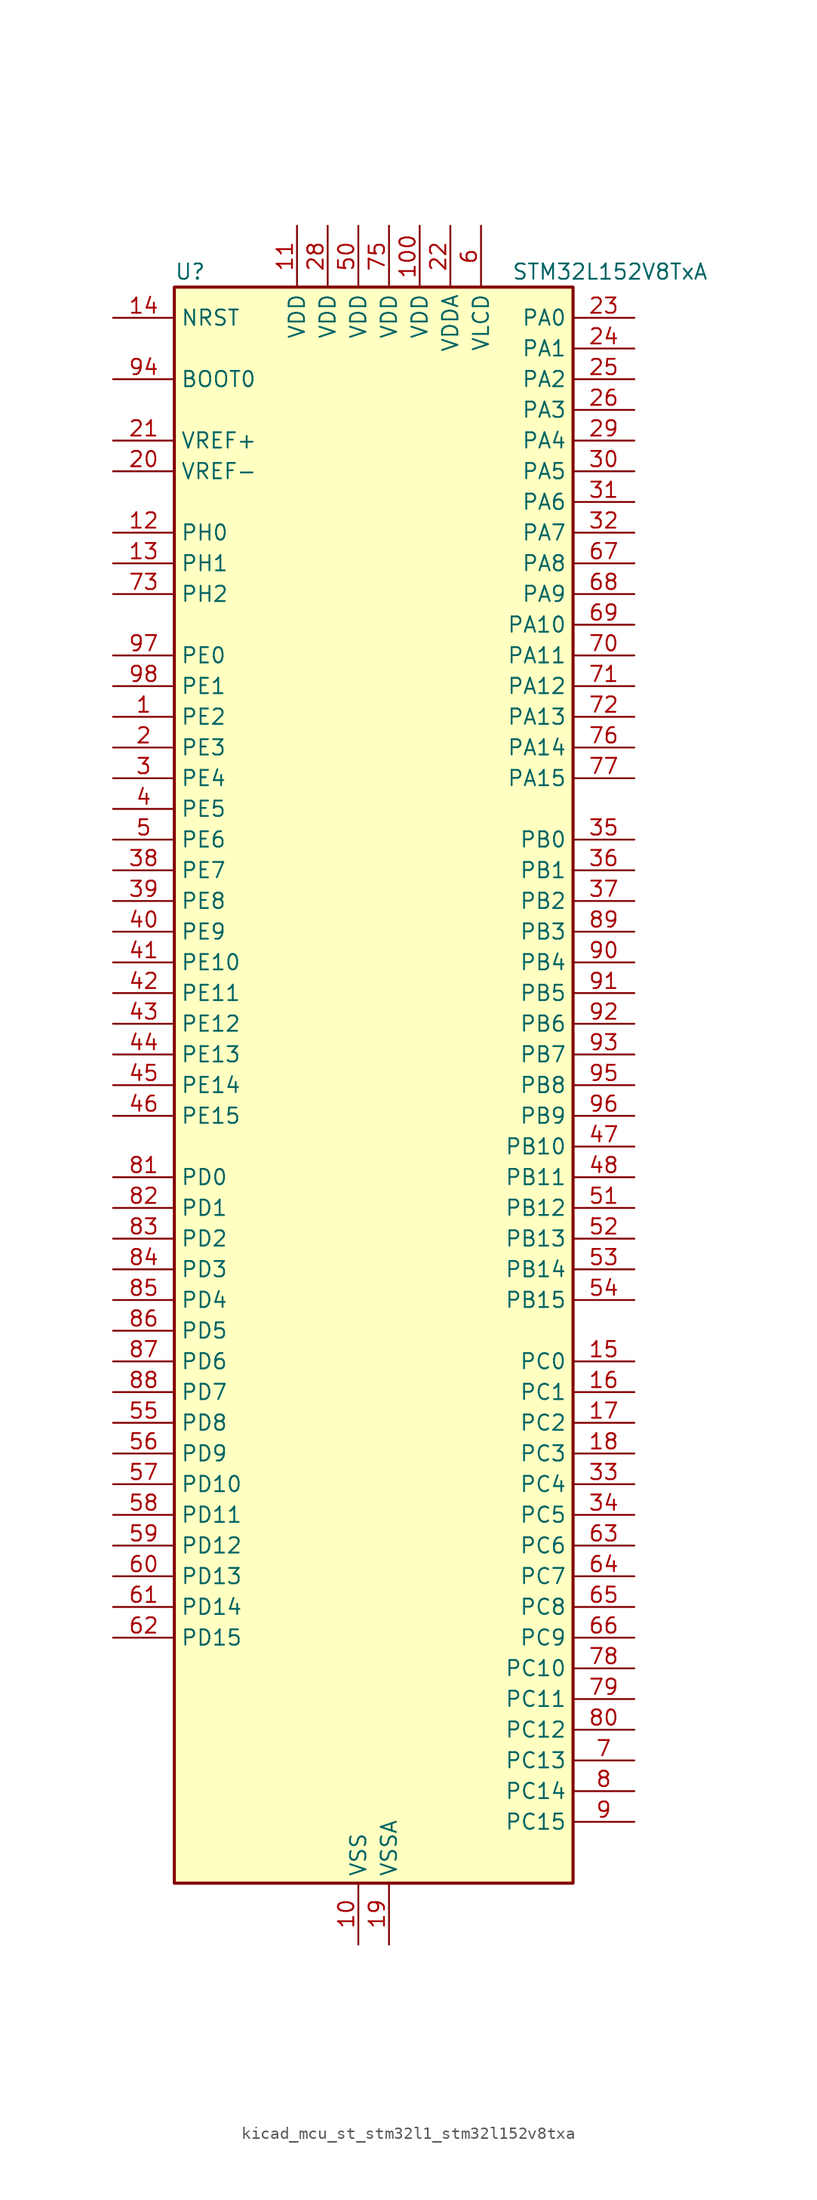
<source format=kicad_sym>
(kicad_symbol_lib
  (version 20220914)
  (generator kicad_symbol_editor)
  (symbol "kicad_mcu_st_stm32l1_stm32l152v8txa"
    (property "Reference" "U"
      (at -15.24 67.31 0)
      (effects (font (size 1.27 1.27)) (justify left)))
    (property "Value" "STM32L152V8TxA"
      (at 12.7 67.31 0)
      (effects (font (size 1.27 1.27)) (justify left)))
    (property "ki_locked" ""
      (at 0 0 0)
      (effects (font (size 1.27 1.27))))
    (symbol "kicad_mcu_st_stm32l1_stm32l152v8txa_0_1"
      (rectangle (start -15.24 -66.04) (end 17.78 66.04) (stroke (width 0.254) (type default)) (fill (type background))))
    (symbol "kicad_mcu_st_stm32l1_stm32l152v8txa_1_1"
      (pin bidirectional line (at -20.32 30.48 0) (length 5.08) (name "PE2" (effects (font (size 1.27 1.27)))) (number "1" (effects (font (size 1.27 1.27)))) (alternate "LCD_SEG38" bidirectional line) (alternate "SYS_TRACECK" bidirectional line) (alternate "TIM3_ETR" bidirectional line) (alternate "TIMX_IC3" bidirectional line))
      (pin power_in line (at 0 -71.12 90) (length 5.08) (name "VSS" (effects (font (size 1.27 1.27)))) (number "10" (effects (font (size 1.27 1.27)))))
      (pin power_in line (at 5.08 71.12 270) (length 5.08) (name "VDD" (effects (font (size 1.27 1.27)))) (number "100" (effects (font (size 1.27 1.27)))))
      (pin power_in line (at -5.08 71.12 270) (length 5.08) (name "VDD" (effects (font (size 1.27 1.27)))) (number "11" (effects (font (size 1.27 1.27)))))
      (pin bidirectional line (at -20.32 45.72 0) (length 5.08) (name "PH0" (effects (font (size 1.27 1.27)))) (number "12" (effects (font (size 1.27 1.27)))) (alternate "RCC_OSC_IN" bidirectional line))
      (pin bidirectional line (at -20.32 43.18 0) (length 5.08) (name "PH1" (effects (font (size 1.27 1.27)))) (number "13" (effects (font (size 1.27 1.27)))) (alternate "RCC_OSC_OUT" bidirectional line))
      (pin input line (at -20.32 63.5 0) (length 5.08) (name "NRST" (effects (font (size 1.27 1.27)))) (number "14" (effects (font (size 1.27 1.27)))))
      (pin bidirectional line (at 22.86 -22.86 180) (length 5.08) (name "PC0" (effects (font (size 1.27 1.27)))) (number "15" (effects (font (size 1.27 1.27)))) (alternate "ADC_IN10" bidirectional line) (alternate "COMP1_INP" bidirectional line) (alternate "LCD_SEG18" bidirectional line) (alternate "TIMX_IC1" bidirectional line) (alternate "TS_G8_IO1" bidirectional line))
      (pin bidirectional line (at 22.86 -25.4 180) (length 5.08) (name "PC1" (effects (font (size 1.27 1.27)))) (number "16" (effects (font (size 1.27 1.27)))) (alternate "ADC_IN11" bidirectional line) (alternate "COMP1_INP" bidirectional line) (alternate "LCD_SEG19" bidirectional line) (alternate "TIMX_IC2" bidirectional line) (alternate "TS_G8_IO2" bidirectional line))
      (pin bidirectional line (at 22.86 -27.94 180) (length 5.08) (name "PC2" (effects (font (size 1.27 1.27)))) (number "17" (effects (font (size 1.27 1.27)))) (alternate "ADC_IN12" bidirectional line) (alternate "COMP1_INP" bidirectional line) (alternate "LCD_SEG20" bidirectional line) (alternate "TIMX_IC3" bidirectional line) (alternate "TS_G8_IO3" bidirectional line))
      (pin bidirectional line (at 22.86 -30.48 180) (length 5.08) (name "PC3" (effects (font (size 1.27 1.27)))) (number "18" (effects (font (size 1.27 1.27)))) (alternate "ADC_IN13" bidirectional line) (alternate "COMP1_INP" bidirectional line) (alternate "LCD_SEG21" bidirectional line) (alternate "TIMX_IC4" bidirectional line) (alternate "TS_G8_IO4" bidirectional line))
      (pin power_in line (at 2.54 -71.12 90) (length 5.08) (name "VSSA" (effects (font (size 1.27 1.27)))) (number "19" (effects (font (size 1.27 1.27)))))
      (pin bidirectional line (at -20.32 27.94 0) (length 5.08) (name "PE3" (effects (font (size 1.27 1.27)))) (number "2" (effects (font (size 1.27 1.27)))) (alternate "LCD_SEG39" bidirectional line) (alternate "SYS_TRACED0" bidirectional line) (alternate "TIM3_CH1" bidirectional line) (alternate "TIMX_IC4" bidirectional line))
      (pin input line (at -20.32 50.8 0) (length 5.08) (name "VREF-" (effects (font (size 1.27 1.27)))) (number "20" (effects (font (size 1.27 1.27)))))
      (pin input line (at -20.32 53.34 0) (length 5.08) (name "VREF+" (effects (font (size 1.27 1.27)))) (number "21" (effects (font (size 1.27 1.27)))))
      (pin power_in line (at 7.62 71.12 270) (length 5.08) (name "VDDA" (effects (font (size 1.27 1.27)))) (number "22" (effects (font (size 1.27 1.27)))))
      (pin bidirectional line (at 22.86 63.5 180) (length 5.08) (name "PA0" (effects (font (size 1.27 1.27)))) (number "23" (effects (font (size 1.27 1.27)))) (alternate "ADC_IN0" bidirectional line) (alternate "COMP1_INP" bidirectional line) (alternate "RTC_TAMP2" bidirectional line) (alternate "SYS_WKUP1" bidirectional line) (alternate "TIM2_CH1" bidirectional line) (alternate "TIM2_ETR" bidirectional line) (alternate "TIMX_IC1" bidirectional line) (alternate "TS_G1_IO1" bidirectional line) (alternate "USART2_CTS" bidirectional line))
      (pin bidirectional line (at 22.86 60.96 180) (length 5.08) (name "PA1" (effects (font (size 1.27 1.27)))) (number "24" (effects (font (size 1.27 1.27)))) (alternate "ADC_IN1" bidirectional line) (alternate "COMP1_INP" bidirectional line) (alternate "LCD_SEG0" bidirectional line) (alternate "TIM2_CH2" bidirectional line) (alternate "TIMX_IC2" bidirectional line) (alternate "TS_G1_IO2" bidirectional line) (alternate "USART2_RTS" bidirectional line))
      (pin bidirectional line (at 22.86 58.42 180) (length 5.08) (name "PA2" (effects (font (size 1.27 1.27)))) (number "25" (effects (font (size 1.27 1.27)))) (alternate "ADC_IN2" bidirectional line) (alternate "COMP1_INP" bidirectional line) (alternate "LCD_SEG1" bidirectional line) (alternate "TIM2_CH3" bidirectional line) (alternate "TIM9_CH1" bidirectional line) (alternate "TIMX_IC3" bidirectional line) (alternate "TS_G1_IO3" bidirectional line) (alternate "USART2_TX" bidirectional line))
      (pin bidirectional line (at 22.86 55.88 180) (length 5.08) (name "PA3" (effects (font (size 1.27 1.27)))) (number "26" (effects (font (size 1.27 1.27)))) (alternate "ADC_IN3" bidirectional line) (alternate "COMP1_INP" bidirectional line) (alternate "LCD_SEG2" bidirectional line) (alternate "TIM2_CH4" bidirectional line) (alternate "TIM9_CH2" bidirectional line) (alternate "TIMX_IC4" bidirectional line) (alternate "TS_G1_IO4" bidirectional line) (alternate "USART2_RX" bidirectional line))
      (pin passive line (at 0 -71.12 90) (length 5.08) hide (name "VSS" (effects (font (size 1.27 1.27)))) (number "27" (effects (font (size 1.27 1.27)))))
      (pin power_in line (at -2.54 71.12 270) (length 5.08) (name "VDD" (effects (font (size 1.27 1.27)))) (number "28" (effects (font (size 1.27 1.27)))))
      (pin bidirectional line (at 22.86 53.34 180) (length 5.08) (name "PA4" (effects (font (size 1.27 1.27)))) (number "29" (effects (font (size 1.27 1.27)))) (alternate "ADC_IN4" bidirectional line) (alternate "COMP1_INP" bidirectional line) (alternate "DAC_OUT1" bidirectional line) (alternate "SPI1_NSS" bidirectional line) (alternate "TIMX_IC1" bidirectional line) (alternate "USART2_CK" bidirectional line))
      (pin bidirectional line (at -20.32 25.4 0) (length 5.08) (name "PE4" (effects (font (size 1.27 1.27)))) (number "3" (effects (font (size 1.27 1.27)))) (alternate "SYS_TRACED1" bidirectional line) (alternate "TIM3_CH2" bidirectional line) (alternate "TIMX_IC1" bidirectional line))
      (pin bidirectional line (at 22.86 50.8 180) (length 5.08) (name "PA5" (effects (font (size 1.27 1.27)))) (number "30" (effects (font (size 1.27 1.27)))) (alternate "ADC_IN5" bidirectional line) (alternate "COMP1_INP" bidirectional line) (alternate "DAC_OUT2" bidirectional line) (alternate "SPI1_SCK" bidirectional line) (alternate "TIM2_CH1" bidirectional line) (alternate "TIM2_ETR" bidirectional line) (alternate "TIMX_IC2" bidirectional line))
      (pin bidirectional line (at 22.86 48.26 180) (length 5.08) (name "PA6" (effects (font (size 1.27 1.27)))) (number "31" (effects (font (size 1.27 1.27)))) (alternate "ADC_IN6" bidirectional line) (alternate "COMP1_INP" bidirectional line) (alternate "LCD_SEG3" bidirectional line) (alternate "SPI1_MISO" bidirectional line) (alternate "TIM10_CH1" bidirectional line) (alternate "TIM3_CH1" bidirectional line) (alternate "TIMX_IC3" bidirectional line) (alternate "TS_G2_IO1" bidirectional line))
      (pin bidirectional line (at 22.86 45.72 180) (length 5.08) (name "PA7" (effects (font (size 1.27 1.27)))) (number "32" (effects (font (size 1.27 1.27)))) (alternate "ADC_IN7" bidirectional line) (alternate "COMP1_INP" bidirectional line) (alternate "LCD_SEG4" bidirectional line) (alternate "SPI1_MOSI" bidirectional line) (alternate "TIM11_CH1" bidirectional line) (alternate "TIM3_CH2" bidirectional line) (alternate "TIMX_IC4" bidirectional line) (alternate "TS_G2_IO2" bidirectional line))
      (pin bidirectional line (at 22.86 -33.02 180) (length 5.08) (name "PC4" (effects (font (size 1.27 1.27)))) (number "33" (effects (font (size 1.27 1.27)))) (alternate "ADC_IN14" bidirectional line) (alternate "COMP1_INP" bidirectional line) (alternate "LCD_SEG22" bidirectional line) (alternate "TIMX_IC1" bidirectional line) (alternate "TS_G9_IO1" bidirectional line))
      (pin bidirectional line (at 22.86 -35.56 180) (length 5.08) (name "PC5" (effects (font (size 1.27 1.27)))) (number "34" (effects (font (size 1.27 1.27)))) (alternate "ADC_IN15" bidirectional line) (alternate "COMP1_INP" bidirectional line) (alternate "LCD_SEG23" bidirectional line) (alternate "TIMX_IC2" bidirectional line) (alternate "TS_G9_IO2" bidirectional line))
      (pin bidirectional line (at 22.86 20.32 180) (length 5.08) (name "PB0" (effects (font (size 1.27 1.27)))) (number "35" (effects (font (size 1.27 1.27)))) (alternate "ADC_IN8" bidirectional line) (alternate "COMP1_INP" bidirectional line) (alternate "LCD_SEG5" bidirectional line) (alternate "SYS_V_REF_OUT" bidirectional line) (alternate "TIM3_CH3" bidirectional line) (alternate "TS_G3_IO1" bidirectional line))
      (pin bidirectional line (at 22.86 17.78 180) (length 5.08) (name "PB1" (effects (font (size 1.27 1.27)))) (number "36" (effects (font (size 1.27 1.27)))) (alternate "ADC_IN9" bidirectional line) (alternate "COMP1_INP" bidirectional line) (alternate "LCD_SEG6" bidirectional line) (alternate "SYS_V_REF_OUT" bidirectional line) (alternate "TIM3_CH4" bidirectional line) (alternate "TS_G3_IO2" bidirectional line))
      (pin bidirectional line (at 22.86 15.24 180) (length 5.08) (name "PB2" (effects (font (size 1.27 1.27)))) (number "37" (effects (font (size 1.27 1.27)))) (alternate "TS_G3_IO3" bidirectional line))
      (pin bidirectional line (at -20.32 17.78 0) (length 5.08) (name "PE7" (effects (font (size 1.27 1.27)))) (number "38" (effects (font (size 1.27 1.27)))) (alternate "ADC_IN22" bidirectional line) (alternate "COMP1_INP" bidirectional line) (alternate "TIMX_IC4" bidirectional line))
      (pin bidirectional line (at -20.32 15.24 0) (length 5.08) (name "PE8" (effects (font (size 1.27 1.27)))) (number "39" (effects (font (size 1.27 1.27)))) (alternate "ADC_IN23" bidirectional line) (alternate "COMP1_INP" bidirectional line) (alternate "TIMX_IC1" bidirectional line))
      (pin bidirectional line (at -20.32 22.86 0) (length 5.08) (name "PE5" (effects (font (size 1.27 1.27)))) (number "4" (effects (font (size 1.27 1.27)))) (alternate "SYS_TRACED2" bidirectional line) (alternate "TIM9_CH1" bidirectional line) (alternate "TIMX_IC2" bidirectional line))
      (pin bidirectional line (at -20.32 12.7 0) (length 5.08) (name "PE9" (effects (font (size 1.27 1.27)))) (number "40" (effects (font (size 1.27 1.27)))) (alternate "ADC_IN24" bidirectional line) (alternate "COMP1_INP" bidirectional line) (alternate "DAC_EXTI9" bidirectional line) (alternate "TIM2_CH1" bidirectional line) (alternate "TIM2_ETR" bidirectional line) (alternate "TIMX_IC2" bidirectional line))
      (pin bidirectional line (at -20.32 10.16 0) (length 5.08) (name "PE10" (effects (font (size 1.27 1.27)))) (number "41" (effects (font (size 1.27 1.27)))) (alternate "ADC_IN25" bidirectional line) (alternate "COMP1_INP" bidirectional line) (alternate "TIM2_CH2" bidirectional line) (alternate "TIMX_IC3" bidirectional line))
      (pin bidirectional line (at -20.32 7.62 0) (length 5.08) (name "PE11" (effects (font (size 1.27 1.27)))) (number "42" (effects (font (size 1.27 1.27)))) (alternate "ADC_EXTI11" bidirectional line) (alternate "TIM2_CH3" bidirectional line) (alternate "TIMX_IC4" bidirectional line))
      (pin bidirectional line (at -20.32 5.08 0) (length 5.08) (name "PE12" (effects (font (size 1.27 1.27)))) (number "43" (effects (font (size 1.27 1.27)))) (alternate "SPI1_NSS" bidirectional line) (alternate "TIM2_CH4" bidirectional line) (alternate "TIMX_IC1" bidirectional line))
      (pin bidirectional line (at -20.32 2.54 0) (length 5.08) (name "PE13" (effects (font (size 1.27 1.27)))) (number "44" (effects (font (size 1.27 1.27)))) (alternate "SPI1_SCK" bidirectional line) (alternate "TIMX_IC2" bidirectional line))
      (pin bidirectional line (at -20.32 0 0) (length 5.08) (name "PE14" (effects (font (size 1.27 1.27)))) (number "45" (effects (font (size 1.27 1.27)))) (alternate "SPI1_MISO" bidirectional line) (alternate "TIMX_IC3" bidirectional line))
      (pin bidirectional line (at -20.32 -2.54 0) (length 5.08) (name "PE15" (effects (font (size 1.27 1.27)))) (number "46" (effects (font (size 1.27 1.27)))) (alternate "ADC_EXTI15" bidirectional line) (alternate "SPI1_MOSI" bidirectional line) (alternate "TIMX_IC4" bidirectional line))
      (pin bidirectional line (at 22.86 -5.08 180) (length 5.08) (name "PB10" (effects (font (size 1.27 1.27)))) (number "47" (effects (font (size 1.27 1.27)))) (alternate "I2C2_SCL" bidirectional line) (alternate "LCD_SEG10" bidirectional line) (alternate "TIM2_CH3" bidirectional line) (alternate "USART3_TX" bidirectional line))
      (pin bidirectional line (at 22.86 -7.62 180) (length 5.08) (name "PB11" (effects (font (size 1.27 1.27)))) (number "48" (effects (font (size 1.27 1.27)))) (alternate "ADC_EXTI11" bidirectional line) (alternate "I2C2_SDA" bidirectional line) (alternate "LCD_SEG11" bidirectional line) (alternate "TIM2_CH4" bidirectional line) (alternate "USART3_RX" bidirectional line))
      (pin passive line (at 0 -71.12 90) (length 5.08) hide (name "VSS" (effects (font (size 1.27 1.27)))) (number "49" (effects (font (size 1.27 1.27)))))
      (pin bidirectional line (at -20.32 20.32 0) (length 5.08) (name "PE6" (effects (font (size 1.27 1.27)))) (number "5" (effects (font (size 1.27 1.27)))) (alternate "RTC_TAMP3" bidirectional line) (alternate "SYS_TRACED3" bidirectional line) (alternate "SYS_WKUP3" bidirectional line) (alternate "TIM9_CH2" bidirectional line) (alternate "TIMX_IC3" bidirectional line))
      (pin power_in line (at 0 71.12 270) (length 5.08) (name "VDD" (effects (font (size 1.27 1.27)))) (number "50" (effects (font (size 1.27 1.27)))))
      (pin bidirectional line (at 22.86 -10.16 180) (length 5.08) (name "PB12" (effects (font (size 1.27 1.27)))) (number "51" (effects (font (size 1.27 1.27)))) (alternate "ADC_IN18" bidirectional line) (alternate "COMP1_INP" bidirectional line) (alternate "I2C2_SMBA" bidirectional line) (alternate "LCD_SEG12" bidirectional line) (alternate "SPI2_NSS" bidirectional line) (alternate "TIM10_CH1" bidirectional line) (alternate "TS_G7_IO1" bidirectional line) (alternate "USART3_CK" bidirectional line))
      (pin bidirectional line (at 22.86 -12.7 180) (length 5.08) (name "PB13" (effects (font (size 1.27 1.27)))) (number "52" (effects (font (size 1.27 1.27)))) (alternate "ADC_IN19" bidirectional line) (alternate "COMP1_INP" bidirectional line) (alternate "LCD_SEG13" bidirectional line) (alternate "SPI2_SCK" bidirectional line) (alternate "TIM9_CH1" bidirectional line) (alternate "TS_G7_IO2" bidirectional line) (alternate "USART3_CTS" bidirectional line))
      (pin bidirectional line (at 22.86 -15.24 180) (length 5.08) (name "PB14" (effects (font (size 1.27 1.27)))) (number "53" (effects (font (size 1.27 1.27)))) (alternate "ADC_IN20" bidirectional line) (alternate "COMP1_INP" bidirectional line) (alternate "LCD_SEG14" bidirectional line) (alternate "SPI2_MISO" bidirectional line) (alternate "TIM9_CH2" bidirectional line) (alternate "TS_G7_IO3" bidirectional line) (alternate "USART3_RTS" bidirectional line))
      (pin bidirectional line (at 22.86 -17.78 180) (length 5.08) (name "PB15" (effects (font (size 1.27 1.27)))) (number "54" (effects (font (size 1.27 1.27)))) (alternate "ADC_EXTI15" bidirectional line) (alternate "ADC_IN21" bidirectional line) (alternate "COMP1_INP" bidirectional line) (alternate "LCD_SEG15" bidirectional line) (alternate "RTC_REFIN" bidirectional line) (alternate "SPI2_MOSI" bidirectional line) (alternate "TIM11_CH1" bidirectional line) (alternate "TS_G7_IO4" bidirectional line))
      (pin bidirectional line (at -20.32 -27.94 0) (length 5.08) (name "PD8" (effects (font (size 1.27 1.27)))) (number "55" (effects (font (size 1.27 1.27)))) (alternate "LCD_SEG28" bidirectional line) (alternate "TIMX_IC1" bidirectional line) (alternate "USART3_TX" bidirectional line))
      (pin bidirectional line (at -20.32 -30.48 0) (length 5.08) (name "PD9" (effects (font (size 1.27 1.27)))) (number "56" (effects (font (size 1.27 1.27)))) (alternate "DAC_EXTI9" bidirectional line) (alternate "LCD_SEG29" bidirectional line) (alternate "TIMX_IC2" bidirectional line) (alternate "USART3_RX" bidirectional line))
      (pin bidirectional line (at -20.32 -33.02 0) (length 5.08) (name "PD10" (effects (font (size 1.27 1.27)))) (number "57" (effects (font (size 1.27 1.27)))) (alternate "LCD_SEG30" bidirectional line) (alternate "TIMX_IC3" bidirectional line) (alternate "USART3_CK" bidirectional line))
      (pin bidirectional line (at -20.32 -35.56 0) (length 5.08) (name "PD11" (effects (font (size 1.27 1.27)))) (number "58" (effects (font (size 1.27 1.27)))) (alternate "ADC_EXTI11" bidirectional line) (alternate "LCD_SEG31" bidirectional line) (alternate "TIMX_IC4" bidirectional line) (alternate "USART3_CTS" bidirectional line))
      (pin bidirectional line (at -20.32 -38.1 0) (length 5.08) (name "PD12" (effects (font (size 1.27 1.27)))) (number "59" (effects (font (size 1.27 1.27)))) (alternate "LCD_SEG32" bidirectional line) (alternate "TIM4_CH1" bidirectional line) (alternate "TIMX_IC1" bidirectional line) (alternate "USART3_RTS" bidirectional line))
      (pin power_in line (at 10.16 71.12 270) (length 5.08) (name "VLCD" (effects (font (size 1.27 1.27)))) (number "6" (effects (font (size 1.27 1.27)))))
      (pin bidirectional line (at -20.32 -40.64 0) (length 5.08) (name "PD13" (effects (font (size 1.27 1.27)))) (number "60" (effects (font (size 1.27 1.27)))) (alternate "LCD_SEG33" bidirectional line) (alternate "TIM4_CH2" bidirectional line) (alternate "TIMX_IC2" bidirectional line))
      (pin bidirectional line (at -20.32 -43.18 0) (length 5.08) (name "PD14" (effects (font (size 1.27 1.27)))) (number "61" (effects (font (size 1.27 1.27)))) (alternate "LCD_SEG34" bidirectional line) (alternate "TIM4_CH3" bidirectional line) (alternate "TIMX_IC3" bidirectional line))
      (pin bidirectional line (at -20.32 -45.72 0) (length 5.08) (name "PD15" (effects (font (size 1.27 1.27)))) (number "62" (effects (font (size 1.27 1.27)))) (alternate "ADC_EXTI15" bidirectional line) (alternate "LCD_SEG35" bidirectional line) (alternate "TIM4_CH4" bidirectional line) (alternate "TIMX_IC4" bidirectional line))
      (pin bidirectional line (at 22.86 -38.1 180) (length 5.08) (name "PC6" (effects (font (size 1.27 1.27)))) (number "63" (effects (font (size 1.27 1.27)))) (alternate "LCD_SEG24" bidirectional line) (alternate "TIM3_CH1" bidirectional line) (alternate "TIMX_IC3" bidirectional line) (alternate "TS_G10_IO1" bidirectional line))
      (pin bidirectional line (at 22.86 -40.64 180) (length 5.08) (name "PC7" (effects (font (size 1.27 1.27)))) (number "64" (effects (font (size 1.27 1.27)))) (alternate "LCD_SEG25" bidirectional line) (alternate "TIM3_CH2" bidirectional line) (alternate "TIMX_IC4" bidirectional line) (alternate "TS_G10_IO2" bidirectional line))
      (pin bidirectional line (at 22.86 -43.18 180) (length 5.08) (name "PC8" (effects (font (size 1.27 1.27)))) (number "65" (effects (font (size 1.27 1.27)))) (alternate "LCD_SEG26" bidirectional line) (alternate "TIM3_CH3" bidirectional line) (alternate "TIMX_IC1" bidirectional line) (alternate "TS_G10_IO3" bidirectional line))
      (pin bidirectional line (at 22.86 -45.72 180) (length 5.08) (name "PC9" (effects (font (size 1.27 1.27)))) (number "66" (effects (font (size 1.27 1.27)))) (alternate "DAC_EXTI9" bidirectional line) (alternate "LCD_SEG27" bidirectional line) (alternate "TIM3_CH4" bidirectional line) (alternate "TIMX_IC2" bidirectional line) (alternate "TS_G10_IO4" bidirectional line))
      (pin bidirectional line (at 22.86 43.18 180) (length 5.08) (name "PA8" (effects (font (size 1.27 1.27)))) (number "67" (effects (font (size 1.27 1.27)))) (alternate "LCD_COM0" bidirectional line) (alternate "RCC_MCO" bidirectional line) (alternate "TIMX_IC1" bidirectional line) (alternate "TS_G4_IO1" bidirectional line) (alternate "USART1_CK" bidirectional line))
      (pin bidirectional line (at 22.86 40.64 180) (length 5.08) (name "PA9" (effects (font (size 1.27 1.27)))) (number "68" (effects (font (size 1.27 1.27)))) (alternate "DAC_EXTI9" bidirectional line) (alternate "LCD_COM1" bidirectional line) (alternate "TIMX_IC2" bidirectional line) (alternate "TS_G4_IO2" bidirectional line) (alternate "USART1_TX" bidirectional line))
      (pin bidirectional line (at 22.86 38.1 180) (length 5.08) (name "PA10" (effects (font (size 1.27 1.27)))) (number "69" (effects (font (size 1.27 1.27)))) (alternate "LCD_COM2" bidirectional line) (alternate "TIMX_IC3" bidirectional line) (alternate "TS_G4_IO3" bidirectional line) (alternate "USART1_RX" bidirectional line))
      (pin bidirectional line (at 22.86 -55.88 180) (length 5.08) (name "PC13" (effects (font (size 1.27 1.27)))) (number "7" (effects (font (size 1.27 1.27)))) (alternate "RTC_OUT_ALARM" bidirectional line) (alternate "RTC_OUT_CALIB" bidirectional line) (alternate "RTC_TAMP1" bidirectional line) (alternate "RTC_TS" bidirectional line) (alternate "SYS_WKUP2" bidirectional line) (alternate "TIMX_IC2" bidirectional line))
      (pin bidirectional line (at 22.86 35.56 180) (length 5.08) (name "PA11" (effects (font (size 1.27 1.27)))) (number "70" (effects (font (size 1.27 1.27)))) (alternate "ADC_EXTI11" bidirectional line) (alternate "SPI1_MISO" bidirectional line) (alternate "TIMX_IC4" bidirectional line) (alternate "USART1_CTS" bidirectional line) (alternate "USB_DM" bidirectional line))
      (pin bidirectional line (at 22.86 33.02 180) (length 5.08) (name "PA12" (effects (font (size 1.27 1.27)))) (number "71" (effects (font (size 1.27 1.27)))) (alternate "SPI1_MOSI" bidirectional line) (alternate "TIMX_IC1" bidirectional line) (alternate "USART1_RTS" bidirectional line) (alternate "USB_DP" bidirectional line))
      (pin bidirectional line (at 22.86 30.48 180) (length 5.08) (name "PA13" (effects (font (size 1.27 1.27)))) (number "72" (effects (font (size 1.27 1.27)))) (alternate "SYS_JTMS-SWDIO" bidirectional line) (alternate "TIMX_IC2" bidirectional line) (alternate "TS_G5_IO1" bidirectional line))
      (pin bidirectional line (at -20.32 40.64 0) (length 5.08) (name "PH2" (effects (font (size 1.27 1.27)))) (number "73" (effects (font (size 1.27 1.27)))))
      (pin passive line (at 0 -71.12 90) (length 5.08) hide (name "VSS" (effects (font (size 1.27 1.27)))) (number "74" (effects (font (size 1.27 1.27)))))
      (pin power_in line (at 2.54 71.12 270) (length 5.08) (name "VDD" (effects (font (size 1.27 1.27)))) (number "75" (effects (font (size 1.27 1.27)))))
      (pin bidirectional line (at 22.86 27.94 180) (length 5.08) (name "PA14" (effects (font (size 1.27 1.27)))) (number "76" (effects (font (size 1.27 1.27)))) (alternate "SYS_JTCK-SWCLK" bidirectional line) (alternate "TIMX_IC3" bidirectional line) (alternate "TS_G5_IO2" bidirectional line))
      (pin bidirectional line (at 22.86 25.4 180) (length 5.08) (name "PA15" (effects (font (size 1.27 1.27)))) (number "77" (effects (font (size 1.27 1.27)))) (alternate "ADC_EXTI15" bidirectional line) (alternate "LCD_SEG17" bidirectional line) (alternate "SPI1_NSS" bidirectional line) (alternate "SYS_JTDI" bidirectional line) (alternate "TIM2_CH1" bidirectional line) (alternate "TIM2_ETR" bidirectional line) (alternate "TIMX_IC4" bidirectional line) (alternate "TS_G5_IO3" bidirectional line))
      (pin bidirectional line (at 22.86 -48.26 180) (length 5.08) (name "PC10" (effects (font (size 1.27 1.27)))) (number "78" (effects (font (size 1.27 1.27)))) (alternate "LCD_COM4" bidirectional line) (alternate "LCD_SEG28" bidirectional line) (alternate "LCD_SEG40" bidirectional line) (alternate "TIMX_IC3" bidirectional line) (alternate "USART3_TX" bidirectional line))
      (pin bidirectional line (at 22.86 -50.8 180) (length 5.08) (name "PC11" (effects (font (size 1.27 1.27)))) (number "79" (effects (font (size 1.27 1.27)))) (alternate "ADC_EXTI11" bidirectional line) (alternate "LCD_COM5" bidirectional line) (alternate "LCD_SEG29" bidirectional line) (alternate "LCD_SEG41" bidirectional line) (alternate "TIMX_IC4" bidirectional line) (alternate "USART3_RX" bidirectional line))
      (pin bidirectional line (at 22.86 -58.42 180) (length 5.08) (name "PC14" (effects (font (size 1.27 1.27)))) (number "8" (effects (font (size 1.27 1.27)))) (alternate "RCC_OSC32_IN" bidirectional line) (alternate "TIMX_IC3" bidirectional line))
      (pin bidirectional line (at 22.86 -53.34 180) (length 5.08) (name "PC12" (effects (font (size 1.27 1.27)))) (number "80" (effects (font (size 1.27 1.27)))) (alternate "LCD_COM6" bidirectional line) (alternate "LCD_SEG30" bidirectional line) (alternate "LCD_SEG42" bidirectional line) (alternate "TIMX_IC1" bidirectional line) (alternate "USART3_CK" bidirectional line))
      (pin bidirectional line (at -20.32 -7.62 0) (length 5.08) (name "PD0" (effects (font (size 1.27 1.27)))) (number "81" (effects (font (size 1.27 1.27)))) (alternate "SPI2_NSS" bidirectional line) (alternate "TIM9_CH1" bidirectional line) (alternate "TIMX_IC1" bidirectional line))
      (pin bidirectional line (at -20.32 -10.16 0) (length 5.08) (name "PD1" (effects (font (size 1.27 1.27)))) (number "82" (effects (font (size 1.27 1.27)))) (alternate "SPI2_SCK" bidirectional line) (alternate "TIMX_IC2" bidirectional line))
      (pin bidirectional line (at -20.32 -12.7 0) (length 5.08) (name "PD2" (effects (font (size 1.27 1.27)))) (number "83" (effects (font (size 1.27 1.27)))) (alternate "LCD_COM7" bidirectional line) (alternate "LCD_SEG31" bidirectional line) (alternate "LCD_SEG43" bidirectional line) (alternate "TIM3_ETR" bidirectional line) (alternate "TIMX_IC3" bidirectional line))
      (pin bidirectional line (at -20.32 -15.24 0) (length 5.08) (name "PD3" (effects (font (size 1.27 1.27)))) (number "84" (effects (font (size 1.27 1.27)))) (alternate "SPI2_MISO" bidirectional line) (alternate "TIMX_IC4" bidirectional line) (alternate "USART2_CTS" bidirectional line))
      (pin bidirectional line (at -20.32 -17.78 0) (length 5.08) (name "PD4" (effects (font (size 1.27 1.27)))) (number "85" (effects (font (size 1.27 1.27)))) (alternate "SPI2_MOSI" bidirectional line) (alternate "TIMX_IC1" bidirectional line) (alternate "USART2_RTS" bidirectional line))
      (pin bidirectional line (at -20.32 -20.32 0) (length 5.08) (name "PD5" (effects (font (size 1.27 1.27)))) (number "86" (effects (font (size 1.27 1.27)))) (alternate "TIMX_IC2" bidirectional line) (alternate "USART2_TX" bidirectional line))
      (pin bidirectional line (at -20.32 -22.86 0) (length 5.08) (name "PD6" (effects (font (size 1.27 1.27)))) (number "87" (effects (font (size 1.27 1.27)))) (alternate "TIMX_IC3" bidirectional line) (alternate "USART2_RX" bidirectional line))
      (pin bidirectional line (at -20.32 -25.4 0) (length 5.08) (name "PD7" (effects (font (size 1.27 1.27)))) (number "88" (effects (font (size 1.27 1.27)))) (alternate "TIM9_CH2" bidirectional line) (alternate "TIMX_IC4" bidirectional line) (alternate "USART2_CK" bidirectional line))
      (pin bidirectional line (at 22.86 12.7 180) (length 5.08) (name "PB3" (effects (font (size 1.27 1.27)))) (number "89" (effects (font (size 1.27 1.27)))) (alternate "COMP2_INM" bidirectional line) (alternate "LCD_SEG7" bidirectional line) (alternate "SPI1_SCK" bidirectional line) (alternate "SYS_JTDO-TRACESWO" bidirectional line) (alternate "TIM2_CH2" bidirectional line))
      (pin bidirectional line (at 22.86 -60.96 180) (length 5.08) (name "PC15" (effects (font (size 1.27 1.27)))) (number "9" (effects (font (size 1.27 1.27)))) (alternate "ADC_EXTI15" bidirectional line) (alternate "RCC_OSC32_OUT" bidirectional line) (alternate "TIMX_IC4" bidirectional line))
      (pin bidirectional line (at 22.86 10.16 180) (length 5.08) (name "PB4" (effects (font (size 1.27 1.27)))) (number "90" (effects (font (size 1.27 1.27)))) (alternate "COMP2_INP" bidirectional line) (alternate "LCD_SEG8" bidirectional line) (alternate "SPI1_MISO" bidirectional line) (alternate "SYS_JTRST" bidirectional line) (alternate "TIM3_CH1" bidirectional line) (alternate "TS_G6_IO1" bidirectional line))
      (pin bidirectional line (at 22.86 7.62 180) (length 5.08) (name "PB5" (effects (font (size 1.27 1.27)))) (number "91" (effects (font (size 1.27 1.27)))) (alternate "COMP2_INP" bidirectional line) (alternate "I2C1_SMBA" bidirectional line) (alternate "LCD_SEG9" bidirectional line) (alternate "SPI1_MOSI" bidirectional line) (alternate "TIM3_CH2" bidirectional line) (alternate "TS_G6_IO2" bidirectional line))
      (pin bidirectional line (at 22.86 5.08 180) (length 5.08) (name "PB6" (effects (font (size 1.27 1.27)))) (number "92" (effects (font (size 1.27 1.27)))) (alternate "I2C1_SCL" bidirectional line) (alternate "TIM4_CH1" bidirectional line) (alternate "TS_G6_IO3" bidirectional line) (alternate "USART1_TX" bidirectional line))
      (pin bidirectional line (at 22.86 2.54 180) (length 5.08) (name "PB7" (effects (font (size 1.27 1.27)))) (number "93" (effects (font (size 1.27 1.27)))) (alternate "I2C1_SDA" bidirectional line) (alternate "SYS_PVD_IN" bidirectional line) (alternate "TIM4_CH2" bidirectional line) (alternate "TS_G6_IO4" bidirectional line) (alternate "USART1_RX" bidirectional line))
      (pin input line (at -20.32 58.42 0) (length 5.08) (name "BOOT0" (effects (font (size 1.27 1.27)))) (number "94" (effects (font (size 1.27 1.27)))))
      (pin bidirectional line (at 22.86 0 180) (length 5.08) (name "PB8" (effects (font (size 1.27 1.27)))) (number "95" (effects (font (size 1.27 1.27)))) (alternate "I2C1_SCL" bidirectional line) (alternate "LCD_SEG16" bidirectional line) (alternate "TIM10_CH1" bidirectional line) (alternate "TIM4_CH3" bidirectional line))
      (pin bidirectional line (at 22.86 -2.54 180) (length 5.08) (name "PB9" (effects (font (size 1.27 1.27)))) (number "96" (effects (font (size 1.27 1.27)))) (alternate "DAC_EXTI9" bidirectional line) (alternate "I2C1_SDA" bidirectional line) (alternate "LCD_COM3" bidirectional line) (alternate "TIM11_CH1" bidirectional line) (alternate "TIM4_CH4" bidirectional line))
      (pin bidirectional line (at -20.32 35.56 0) (length 5.08) (name "PE0" (effects (font (size 1.27 1.27)))) (number "97" (effects (font (size 1.27 1.27)))) (alternate "LCD_SEG36" bidirectional line) (alternate "TIM10_CH1" bidirectional line) (alternate "TIM4_ETR" bidirectional line) (alternate "TIMX_IC1" bidirectional line))
      (pin bidirectional line (at -20.32 33.02 0) (length 5.08) (name "PE1" (effects (font (size 1.27 1.27)))) (number "98" (effects (font (size 1.27 1.27)))) (alternate "LCD_SEG37" bidirectional line) (alternate "TIM11_CH1" bidirectional line) (alternate "TIMX_IC2" bidirectional line))
      (pin passive line (at 0 -71.12 90) (length 5.08) hide (name "VSS" (effects (font (size 1.27 1.27)))) (number "99" (effects (font (size 1.27 1.27))))))))
</source>
